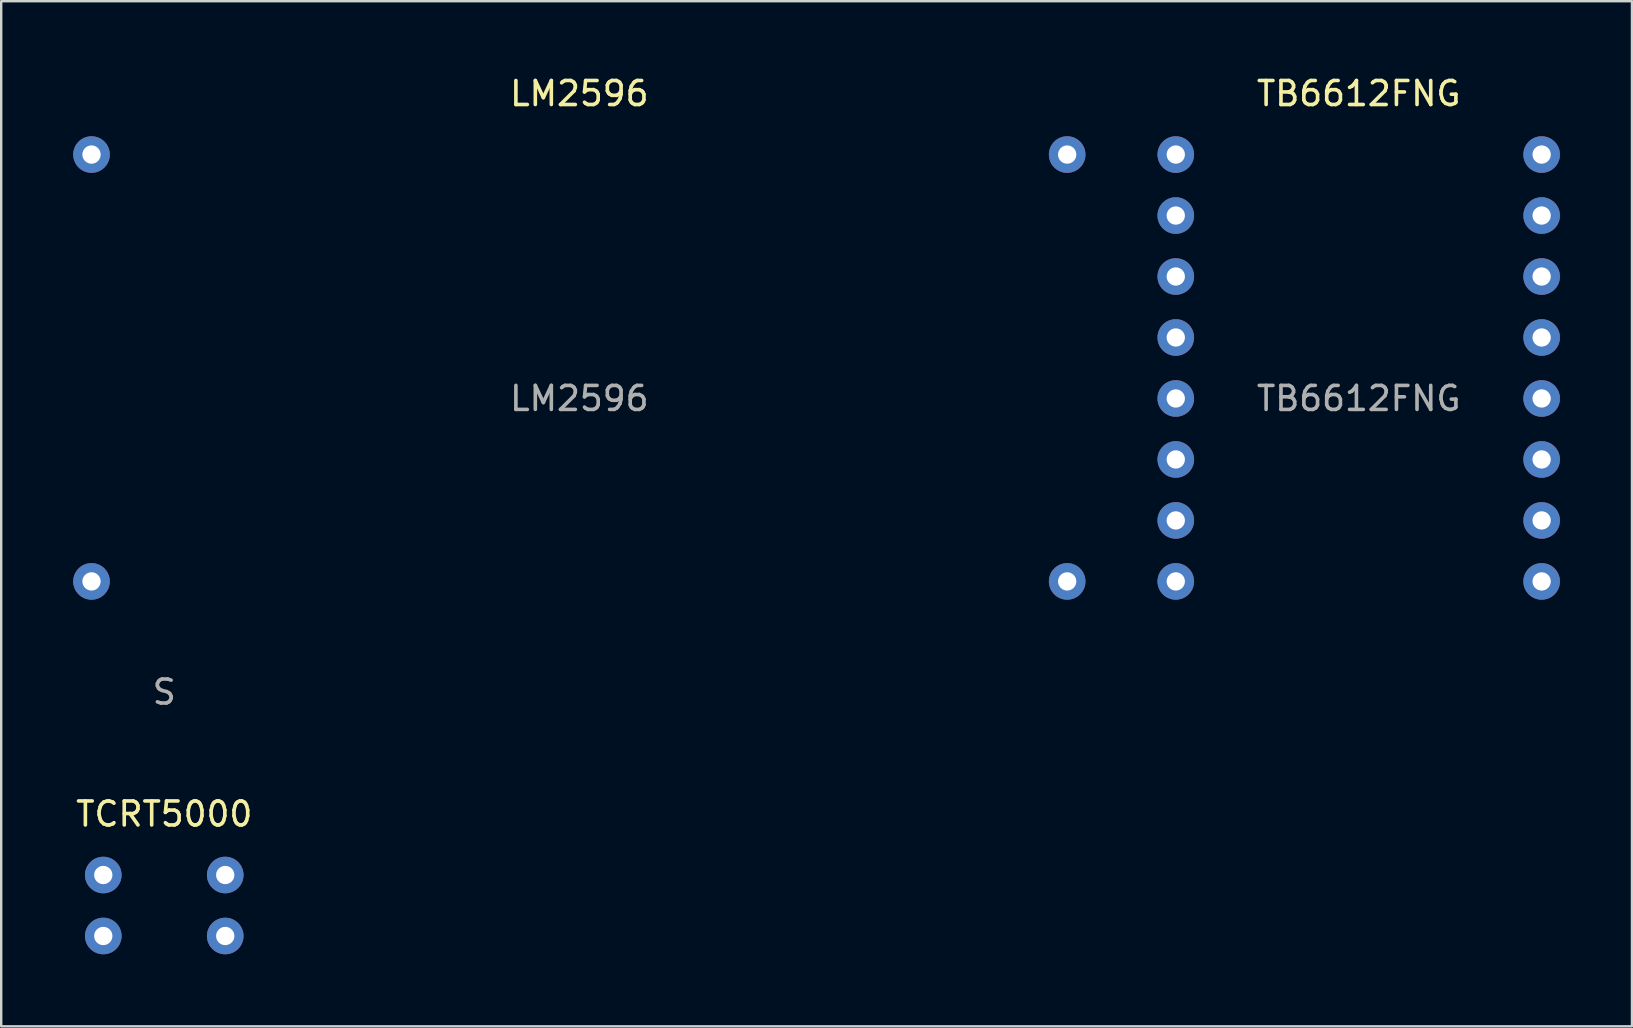
<source format=kicad_pcb>
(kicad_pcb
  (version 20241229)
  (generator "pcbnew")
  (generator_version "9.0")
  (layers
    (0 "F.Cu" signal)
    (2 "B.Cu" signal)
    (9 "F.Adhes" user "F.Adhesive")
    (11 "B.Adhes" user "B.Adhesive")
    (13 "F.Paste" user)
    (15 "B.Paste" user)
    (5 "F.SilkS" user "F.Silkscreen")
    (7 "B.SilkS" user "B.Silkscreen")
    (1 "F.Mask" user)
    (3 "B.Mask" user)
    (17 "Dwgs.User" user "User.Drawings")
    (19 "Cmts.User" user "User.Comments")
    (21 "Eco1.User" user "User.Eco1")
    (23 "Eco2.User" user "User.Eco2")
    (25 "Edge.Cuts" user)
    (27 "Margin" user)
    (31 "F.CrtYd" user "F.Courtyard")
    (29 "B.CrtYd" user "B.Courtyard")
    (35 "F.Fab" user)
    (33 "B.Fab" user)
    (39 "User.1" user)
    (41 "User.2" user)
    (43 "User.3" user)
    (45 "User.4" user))
  (footprint "TB6612FNG"
    (layer "F.Cu")
    (at 53.546 13.548)
    (property "Reference" "TB6612FNG" (at 0 -12.7 0) (unlocked yes) (layer "F.SilkS") (effects (font (size 1 1) (thickness 0.15))))
    (attr through_hole)
    (fp_text user "${REFERENCE}" (at 0 0 0) (unlocked yes) (layer "F.Fab") (effects (font (size 1 1) (thickness 0.15))))
    (pad "1" thru_hole circle (at -7.62 -10.16) (size 1.524 1.524) (drill 0.762) (layers "*.Cu" "*.Mask"))
    (pad "2" thru_hole circle (at -7.62 -7.62) (size 1.524 1.524) (drill 0.762) (layers "*.Cu" "*.Mask"))
    (pad "3" thru_hole circle (at -7.62 -5.08) (size 1.524 1.524) (drill 0.762) (layers "*.Cu" "*.Mask"))
    (pad "4" thru_hole circle (at -7.62 -2.54) (size 1.524 1.524) (drill 0.762) (layers "*.Cu" "*.Mask"))
    (pad "5" thru_hole circle (at -7.62 0) (size 1.524 1.524) (drill 0.762) (layers "*.Cu" "*.Mask"))
    (pad "6" thru_hole circle (at -7.62 2.54) (size 1.524 1.524) (drill 0.762) (layers "*.Cu" "*.Mask"))
    (pad "7" thru_hole circle (at -7.62 5.08) (size 1.524 1.524) (drill 0.762) (layers "*.Cu" "*.Mask"))
    (pad "8" thru_hole circle (at -7.62 7.62) (size 1.524 1.524) (drill 0.762) (layers "*.Cu" "*.Mask"))
    (pad "9" thru_hole circle (at 7.62 -10.16) (size 1.524 1.524) (drill 0.762) (layers "*.Cu" "*.Mask"))
    (pad "10" thru_hole circle (at 7.62 -7.62) (size 1.524 1.524) (drill 0.762) (layers "*.Cu" "*.Mask"))
    (pad "11" thru_hole circle (at 7.62 -5.08) (size 1.524 1.524) (drill 0.762) (layers "*.Cu" "*.Mask"))
    (pad "12" thru_hole circle (at 7.62 -2.54) (size 1.524 1.524) (drill 0.762) (layers "*.Cu" "*.Mask"))
    (pad "13" thru_hole circle (at 7.62 0) (size 1.524 1.524) (drill 0.762) (layers "*.Cu" "*.Mask"))
    (pad "14" thru_hole circle (at 7.62 2.54) (size 1.524 1.524) (drill 0.762) (layers "*.Cu" "*.Mask"))
    (pad "15" thru_hole circle (at 7.62 5.08) (size 1.524 1.524) (drill 0.762) (layers "*.Cu" "*.Mask"))
    (pad "16" thru_hole circle (at 7.62 7.62) (size 1.524 1.524) (drill 0.762) (layers "*.Cu" "*.Mask")))
  (footprint "TCRT5000"
    (layer "F.Cu")
    (at 3.792 35.938)
    (property "Reference" "TCRT5000" (at 0 -5.08 0) (unlocked yes) (layer "F.SilkS") (effects (font (size 1 1) (thickness 0.15))))
    (attr smd)
    (fp_text user "S" (at 0 -10.16 0) (unlocked yes) (layer "F.Fab") (effects (font (size 1 1) (thickness 0.15))))
    (pad "1" thru_hole circle (at 2.54 0) (size 1.524 1.524) (drill 0.762) (layers "*.Cu" "*.Mask"))
    (pad "2" thru_hole circle (at 2.54 -2.54) (size 1.524 1.524) (drill 0.762) (layers "*.Cu" "*.Mask"))
    (pad "3" thru_hole circle (at -2.54 0) (size 1.524 1.524) (drill 0.762) (layers "*.Cu" "*.Mask"))
    (pad "4" thru_hole circle (at -2.54 -2.54) (size 1.524 1.524) (drill 0.762) (layers "*.Cu" "*.Mask")))
  (footprint "LM2596"
    (layer "F.Cu")
    (at 21.082 13.548)
    (property "Reference" "LM2596" (at 0 -12.7 0) (unlocked yes) (layer "F.SilkS") (effects (font (size 1 1) (thickness 0.15))))
    (attr through_hole)
    (fp_text user "${REFERENCE}" (at 0 0 0) (unlocked yes) (layer "F.Fab") (effects (font (size 1 1) (thickness 0.15))))
    (pad "1" thru_hole circle (at -20.32 7.62) (size 1.524 1.524) (drill 0.762) (layers "*.Cu" "*.Mask"))
    (pad "2" thru_hole circle (at -20.32 -10.16) (size 1.524 1.524) (drill 0.762) (layers "*.Cu" "*.Mask"))
    (pad "3" thru_hole circle (at 20.32 -10.16) (size 1.524 1.524) (drill 0.762) (layers "*.Cu" "*.Mask"))
    (pad "4" thru_hole circle (at 20.32 7.62) (size 1.524 1.524) (drill 0.762) (layers "*.Cu" "*.Mask")))
  (gr_rect
    (start -3 -3)
    (end 64.928 39.7)
    (stroke (width 0.1) (type default))
    (fill no)
    (layer "Edge.Cuts")))
</source>
